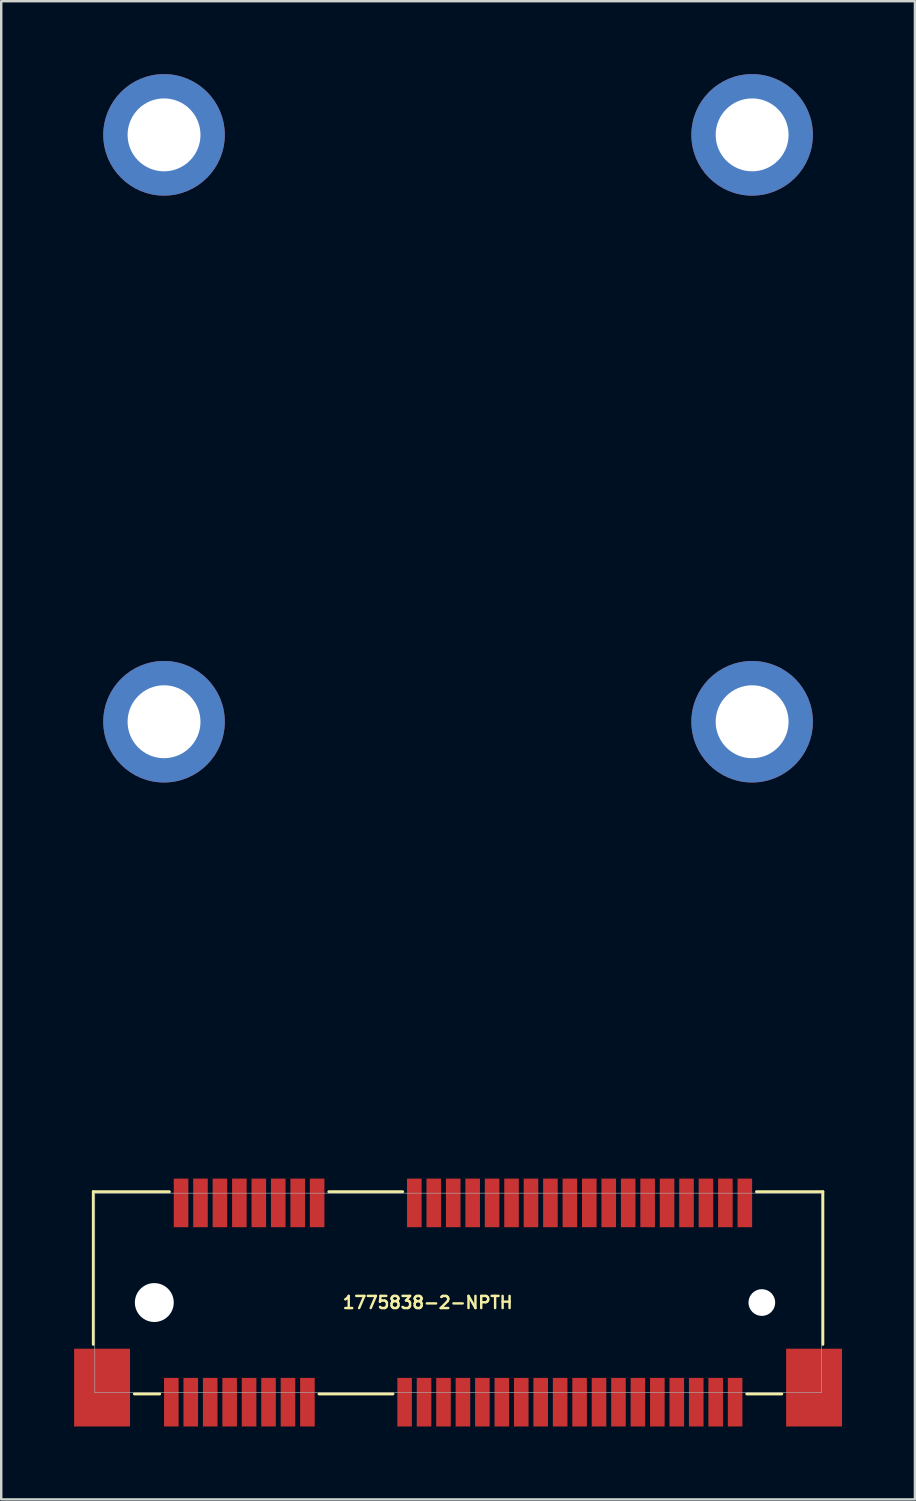
<source format=kicad_pcb>
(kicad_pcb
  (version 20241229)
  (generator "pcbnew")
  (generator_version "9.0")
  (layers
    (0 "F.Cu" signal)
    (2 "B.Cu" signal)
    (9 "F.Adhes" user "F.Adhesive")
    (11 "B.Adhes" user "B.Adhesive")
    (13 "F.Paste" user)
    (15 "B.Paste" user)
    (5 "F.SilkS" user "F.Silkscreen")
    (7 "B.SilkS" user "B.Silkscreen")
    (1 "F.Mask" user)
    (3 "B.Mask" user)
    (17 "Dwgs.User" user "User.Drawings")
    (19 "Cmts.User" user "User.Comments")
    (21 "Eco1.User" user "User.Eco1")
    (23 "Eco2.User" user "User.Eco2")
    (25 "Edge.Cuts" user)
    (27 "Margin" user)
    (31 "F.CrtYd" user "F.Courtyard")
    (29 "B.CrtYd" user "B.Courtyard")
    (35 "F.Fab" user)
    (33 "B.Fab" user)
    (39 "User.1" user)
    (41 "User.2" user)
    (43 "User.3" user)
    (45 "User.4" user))
  (footprint "1775838-2-NPTH"
    (layer "F.Cu")
    (at 15.8 50.55)
    (property "Reference" "1775838-2-NPTH" (at -1.25 0 180) (layer "F.SilkS") (effects (font (size 0.5 0.5) (thickness 0.1))))
    (attr through_hole)
    (fp_line (start -15.01 -4.56) (end -15.01 1.72) (stroke (width 0.12) (type solid)) (layer "F.SilkS"))
    (fp_line (start -13.32 3.76) (end -12.28 3.76) (stroke (width 0.12) (type solid)) (layer "F.SilkS"))
    (fp_line (start -11.88 -4.56) (end -15.01 -4.56) (stroke (width 0.12) (type solid)) (layer "F.SilkS"))
    (fp_line (start -5.32 -4.56) (end -2.28 -4.56) (stroke (width 0.12) (type solid)) (layer "F.SilkS"))
    (fp_line (start -2.68 3.76) (end -5.72 3.76) (stroke (width 0.12) (type solid)) (layer "F.SilkS"))
    (fp_line (start 12.28 -4.56) (end 15.01 -4.56) (stroke (width 0.12) (type solid)) (layer "F.SilkS"))
    (fp_line (start 13.32 3.76) (end 11.88 3.76) (stroke (width 0.12) (type solid)) (layer "F.SilkS"))
    (fp_line (start 15.01 -4.56) (end 15.01 1.72) (stroke (width 0.12) (type solid)) (layer "F.SilkS"))
    (fp_arc (start -14.1 -23.9) (mid -13.947759 -24.665367) (end -13.514214 -25.314214) (stroke (width 1) (type solid)) (layer "F.Paste"))
    (fp_arc (start -14.099014 -48.044712) (mid -13.946773 -48.810079) (end -13.513228 -49.458926) (stroke (width 1) (type solid)) (layer "F.Paste"))
    (fp_arc (start -12.1 -25.9) (mid -11.334633 -25.747759) (end -10.685786 -25.314214) (stroke (width 1) (type solid)) (layer "F.Paste"))
    (fp_arc (start -12.1 -21.9) (mid -12.865367 -22.052241) (end -13.514214 -22.485786) (stroke (width 1) (type solid)) (layer "F.Paste"))
    (fp_arc (start -12.099014 -50.044712) (mid -11.333647 -49.892471) (end -10.6848 -49.458926) (stroke (width 1) (type solid)) (layer "F.Paste"))
    (fp_arc (start -12.099014 -46.044712) (mid -12.864381 -46.196953) (end -13.513228 -46.630498) (stroke (width 1) (type solid)) (layer "F.Paste"))
    (fp_arc (start -10.1 -23.9) (mid -10.252241 -23.134633) (end -10.685786 -22.485786) (stroke (width 1) (type solid)) (layer "F.Paste"))
    (fp_arc (start -10.099014 -48.044712) (mid -10.251255 -47.279345) (end -10.6848 -46.630498) (stroke (width 1) (type solid)) (layer "F.Paste"))
    (fp_arc (start 10.1 -23.9) (mid 10.252241 -24.665367) (end 10.685786 -25.314214) (stroke (width 1) (type solid)) (layer "F.Paste"))
    (fp_arc (start 10.1018 -48.045302) (mid 10.254041 -48.810669) (end 10.687586 -49.459516) (stroke (width 1) (type solid)) (layer "F.Paste"))
    (fp_arc (start 12.1 -25.9) (mid 12.865367 -25.747759) (end 13.514214 -25.314214) (stroke (width 1) (type solid)) (layer "F.Paste"))
    (fp_arc (start 12.1 -21.9) (mid 11.334633 -22.052241) (end 10.685786 -22.485786) (stroke (width 1) (type solid)) (layer "F.Paste"))
    (fp_arc (start 12.1018 -50.045302) (mid 12.867167 -49.893061) (end 13.516014 -49.459516) (stroke (width 1) (type solid)) (layer "F.Paste"))
    (fp_arc (start 12.1018 -46.045302) (mid 11.336433 -46.197543) (end 10.687586 -46.631088) (stroke (width 1) (type solid)) (layer "F.Paste"))
    (fp_arc (start 14.1 -23.9) (mid 13.947759 -23.134633) (end 13.514214 -22.485786) (stroke (width 1) (type solid)) (layer "F.Paste"))
    (fp_arc (start 14.1018 -48.045302) (mid 13.949559 -47.279935) (end 13.516014 -46.631088) (stroke (width 1) (type solid)) (layer "F.Paste"))
    (fp_line (start -14.95 -4.5) (end 14.95 -4.5) (stroke (width 0.025) (type solid)) (layer "F.Fab"))
    (fp_line (start -14.95 3.7) (end -14.95 -4.5) (stroke (width 0.025) (type solid)) (layer "F.Fab"))
    (fp_line (start -14.95 3.7) (end 14.95 3.7) (stroke (width 0.025) (type solid)) (layer "F.Fab"))
    (fp_line (start 14.95 3.7) (end 14.95 -4.5) (stroke (width 0.025) (type solid)) (layer "F.Fab"))
    (pad "" np_thru_hole circle (at -12.5 0) (size 1.6 1.6) (drill 1.6) (layers "*.Cu" "*.Mask"))
    (pad "" np_thru_hole circle (at 12.5 0) (size 1.1 1.1) (drill 1.1) (layers "*.Cu" "*.Mask"))
    (pad "1" smd rect (at -11.8 4.1) (size 0.6 2) (layers "F.Cu" "F.Mask" "F.Paste"))
    (pad "2" smd rect (at -11.4 -4.1) (size 0.6 2) (layers "F.Cu" "F.Mask" "F.Paste"))
    (pad "3" smd rect (at -11 4.1) (size 0.6 2) (layers "F.Cu" "F.Mask" "F.Paste"))
    (pad "4" smd rect (at -10.6 -4.1) (size 0.6 2) (layers "F.Cu" "F.Mask" "F.Paste"))
    (pad "5" smd rect (at -10.2 4.1) (size 0.6 2) (layers "F.Cu" "F.Mask" "F.Paste"))
    (pad "6" smd rect (at -9.8 -4.1) (size 0.6 2) (layers "F.Cu" "F.Mask" "F.Paste"))
    (pad "7" smd rect (at -9.4 4.1) (size 0.6 2) (layers "F.Cu" "F.Mask" "F.Paste"))
    (pad "8" smd rect (at -9 -4.1) (size 0.6 2) (layers "F.Cu" "F.Mask" "F.Paste"))
    (pad "9" smd rect (at -8.6 4.1) (size 0.6 2) (layers "F.Cu" "F.Mask" "F.Paste"))
    (pad "10" smd rect (at -8.2 -4.1) (size 0.6 2) (layers "F.Cu" "F.Mask" "F.Paste"))
    (pad "11" smd rect (at -7.8 4.1) (size 0.6 2) (layers "F.Cu" "F.Mask" "F.Paste"))
    (pad "12" smd rect (at -7.4 -4.1) (size 0.6 2) (layers "F.Cu" "F.Mask" "F.Paste"))
    (pad "13" smd rect (at -7 4.1) (size 0.6 2) (layers "F.Cu" "F.Mask" "F.Paste"))
    (pad "14" smd rect (at -6.6 -4.1) (size 0.6 2) (layers "F.Cu" "F.Mask" "F.Paste"))
    (pad "15" smd rect (at -6.2 4.1) (size 0.6 2) (layers "F.Cu" "F.Mask" "F.Paste"))
    (pad "16" smd rect (at -5.8 -4.1) (size 0.6 2) (layers "F.Cu" "F.Mask" "F.Paste"))
    (pad "17" smd rect (at -2.2 4.1) (size 0.6 2) (layers "F.Cu" "F.Mask" "F.Paste"))
    (pad "18" smd rect (at -1.8 -4.1) (size 0.6 2) (layers "F.Cu" "F.Mask" "F.Paste"))
    (pad "19" smd rect (at -1.4 4.1) (size 0.6 2) (layers "F.Cu" "F.Mask" "F.Paste"))
    (pad "20" smd rect (at -1 -4.1) (size 0.6 2) (layers "F.Cu" "F.Mask" "F.Paste"))
    (pad "21" smd rect (at -0.6 4.1) (size 0.6 2) (layers "F.Cu" "F.Mask" "F.Paste"))
    (pad "22" smd rect (at -0.2 -4.1) (size 0.6 2) (layers "F.Cu" "F.Mask" "F.Paste"))
    (pad "23" smd rect (at 0.2 4.1) (size 0.6 2) (layers "F.Cu" "F.Mask" "F.Paste"))
    (pad "24" smd rect (at 0.6 -4.1) (size 0.6 2) (layers "F.Cu" "F.Mask" "F.Paste"))
    (pad "25" smd rect (at 1 4.1) (size 0.6 2) (layers "F.Cu" "F.Mask" "F.Paste"))
    (pad "26" smd rect (at 1.4 -4.1) (size 0.6 2) (layers "F.Cu" "F.Mask" "F.Paste"))
    (pad "27" smd rect (at 1.8 4.1) (size 0.6 2) (layers "F.Cu" "F.Mask" "F.Paste"))
    (pad "28" smd rect (at 2.2 -4.1) (size 0.6 2) (layers "F.Cu" "F.Mask" "F.Paste"))
    (pad "29" smd rect (at 2.6 4.1) (size 0.6 2) (layers "F.Cu" "F.Mask" "F.Paste"))
    (pad "30" smd rect (at 3 -4.1) (size 0.6 2) (layers "F.Cu" "F.Mask" "F.Paste"))
    (pad "31" smd rect (at 3.4 4.1) (size 0.6 2) (layers "F.Cu" "F.Mask" "F.Paste"))
    (pad "32" smd rect (at 3.8 -4.1) (size 0.6 2) (layers "F.Cu" "F.Mask" "F.Paste"))
    (pad "33" smd rect (at 4.2 4.1) (size 0.6 2) (layers "F.Cu" "F.Mask" "F.Paste"))
    (pad "34" smd rect (at 4.6 -4.1) (size 0.6 2) (layers "F.Cu" "F.Mask" "F.Paste"))
    (pad "35" smd rect (at 5 4.1) (size 0.6 2) (layers "F.Cu" "F.Mask" "F.Paste"))
    (pad "36" smd rect (at 5.4 -4.1) (size 0.6 2) (layers "F.Cu" "F.Mask" "F.Paste"))
    (pad "37" smd rect (at 5.8 4.1) (size 0.6 2) (layers "F.Cu" "F.Mask" "F.Paste"))
    (pad "38" smd rect (at 6.2 -4.1) (size 0.6 2) (layers "F.Cu" "F.Mask" "F.Paste"))
    (pad "39" smd rect (at 6.6 4.1) (size 0.6 2) (layers "F.Cu" "F.Mask" "F.Paste"))
    (pad "40" smd rect (at 7 -4.1) (size 0.6 2) (layers "F.Cu" "F.Mask" "F.Paste"))
    (pad "41" smd rect (at 7.4 4.1) (size 0.6 2) (layers "F.Cu" "F.Mask" "F.Paste"))
    (pad "42" smd rect (at 7.8 -4.1) (size 0.6 2) (layers "F.Cu" "F.Mask" "F.Paste"))
    (pad "43" smd rect (at 8.2 4.1) (size 0.6 2) (layers "F.Cu" "F.Mask" "F.Paste"))
    (pad "44" smd rect (at 8.6 -4.1) (size 0.6 2) (layers "F.Cu" "F.Mask" "F.Paste"))
    (pad "45" smd rect (at 9 4.1) (size 0.6 2) (layers "F.Cu" "F.Mask" "F.Paste"))
    (pad "46" smd rect (at 9.4 -4.1) (size 0.6 2) (layers "F.Cu" "F.Mask" "F.Paste"))
    (pad "47" smd rect (at 9.8 4.1) (size 0.6 2) (layers "F.Cu" "F.Mask" "F.Paste"))
    (pad "48" smd rect (at 10.2 -4.1) (size 0.6 2) (layers "F.Cu" "F.Mask" "F.Paste"))
    (pad "49" smd rect (at 10.6 4.1) (size 0.6 2) (layers "F.Cu" "F.Mask" "F.Paste"))
    (pad "50" smd rect (at 11 -4.1) (size 0.6 2) (layers "F.Cu" "F.Mask" "F.Paste"))
    (pad "51" smd rect (at 11.4 4.1) (size 0.6 2) (layers "F.Cu" "F.Mask" "F.Paste"))
    (pad "52" smd rect (at 11.8 -4.1) (size 0.6 2) (layers "F.Cu" "F.Mask" "F.Paste"))
    (pad "FR" smd rect (at -14.65 3.5) (size 2.3 3.2) (layers "F.Cu" "F.Mask" "F.Paste"))
    (pad "FR" thru_hole circle (at -12.1 -48.05) (size 5 5) (drill 3) (layers "*.Cu" "*.Mask"))
    (pad "FR" thru_hole circle (at -12.1 -23.9) (size 5 5) (drill 3) (layers "*.Cu" "*.Mask"))
    (pad "FR" thru_hole circle (at 12.1 -48.05) (size 5 5) (drill 3) (layers "*.Cu" "*.Mask"))
    (pad "FR" thru_hole circle (at 12.1 -23.9) (size 5 5) (drill 3) (layers "*.Cu" "*.Mask"))
    (pad "FR" smd rect (at 14.65 3.5) (size 2.3 3.2) (layers "F.Cu" "F.Mask" "F.Paste")))
  (gr_rect
    (start -3 -3)
    (end 34.6 58.65)
    (stroke (width 0.1) (type default))
    (fill no)
    (layer "Edge.Cuts")))
</source>
